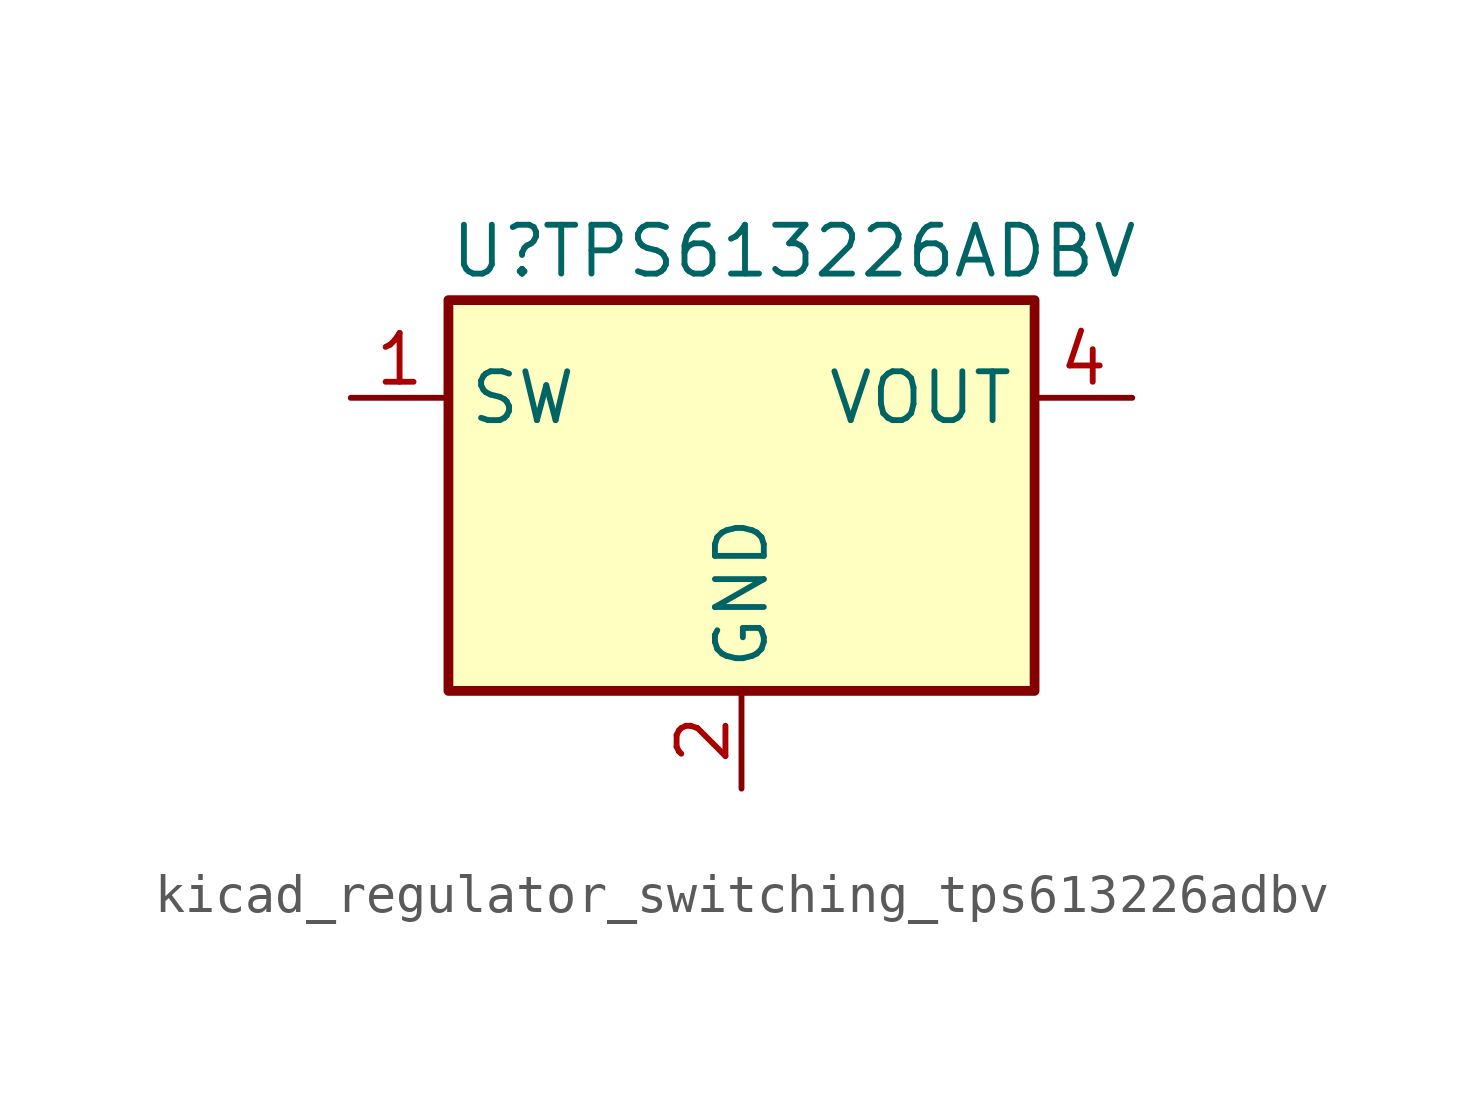
<source format=kicad_sym>
(kicad_symbol_lib
  (version 20220914)
  (generator kicad_symbol_editor)
  (symbol "kicad_regulator_switching_tps613226adbv"
    (property "Reference" "U"
      (at -7.62 6.35 0)
      (effects (font (size 1.27 1.27)) (justify left)))
    (property "Value" "TPS613226ADBV"
      (at 2.54 6.35 0)
      (effects (font (size 1.27 1.27))))
    (symbol "kicad_regulator_switching_tps613226adbv_0_1"
      (rectangle (start -7.62 5.08) (end 7.62 -5.08) (stroke (width 0.254) (type default)) (fill (type background))))
    (symbol "kicad_regulator_switching_tps613226adbv_1_1"
      (pin power_in line (at -10.16 2.54 0) (length 2.54) (name "SW" (effects (font (size 1.27 1.27)))) (number "1" (effects (font (size 1.27 1.27)))))
      (pin power_in line (at 0 -7.62 90) (length 2.54) (name "GND" (effects (font (size 1.27 1.27)))) (number "2" (effects (font (size 1.27 1.27)))))
      (pin no_connect line (at -7.62 -2.54 0) (length 2.54) hide (name "NC" (effects (font (size 1.27 1.27)))) (number "3" (effects (font (size 1.27 1.27)))))
      (pin power_out line (at 10.16 2.54 180) (length 2.54) (name "VOUT" (effects (font (size 1.27 1.27)))) (number "4" (effects (font (size 1.27 1.27)))))
      (pin no_connect line (at 7.62 -2.54 180) (length 2.54) hide (name "NC" (effects (font (size 1.27 1.27)))) (number "5" (effects (font (size 1.27 1.27))))))))
</source>
